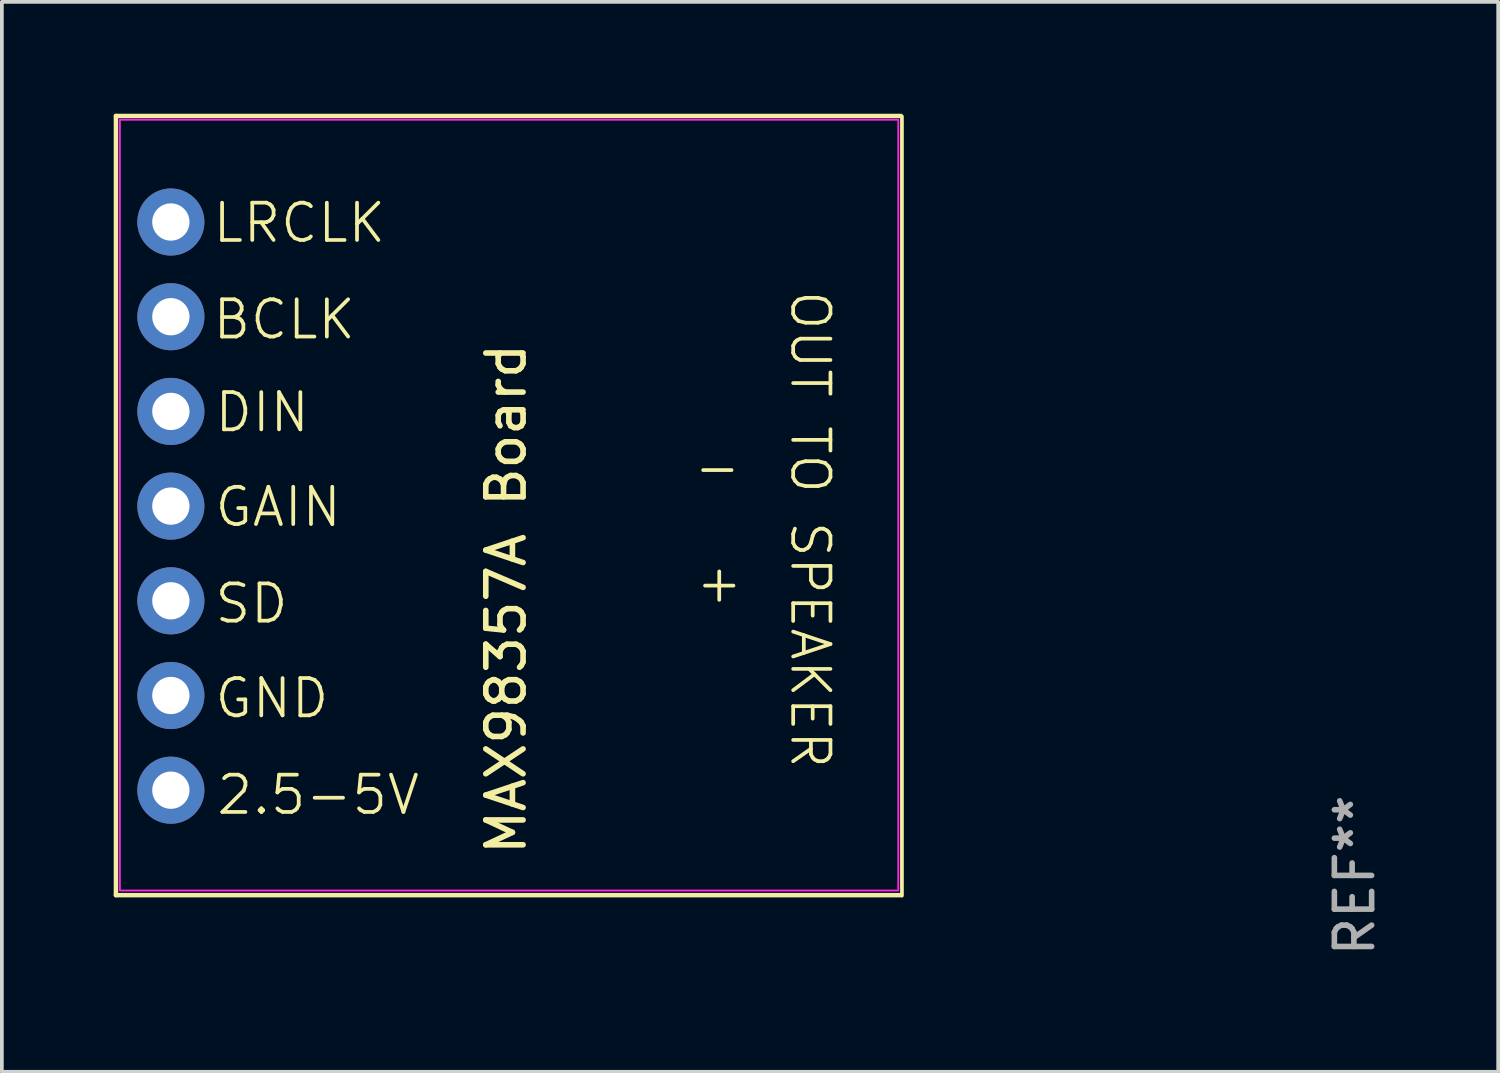
<source format=kicad_pcb>
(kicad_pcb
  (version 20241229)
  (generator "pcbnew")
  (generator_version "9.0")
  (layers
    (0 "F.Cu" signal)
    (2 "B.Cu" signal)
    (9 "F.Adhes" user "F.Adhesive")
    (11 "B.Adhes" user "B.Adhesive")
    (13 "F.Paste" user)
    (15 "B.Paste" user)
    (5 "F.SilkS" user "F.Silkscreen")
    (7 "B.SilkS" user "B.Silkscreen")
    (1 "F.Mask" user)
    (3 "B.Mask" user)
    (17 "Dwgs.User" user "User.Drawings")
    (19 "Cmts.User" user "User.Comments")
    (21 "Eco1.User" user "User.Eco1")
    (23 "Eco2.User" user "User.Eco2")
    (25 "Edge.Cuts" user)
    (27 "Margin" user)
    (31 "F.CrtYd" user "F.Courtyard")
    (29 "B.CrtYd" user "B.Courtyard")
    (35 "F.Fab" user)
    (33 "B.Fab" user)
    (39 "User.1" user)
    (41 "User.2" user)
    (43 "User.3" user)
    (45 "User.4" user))
  (footprint "MAX98357A Board"
    (layer "F.Cu")
    (at 10.528 8.645)
    (property "Reference" "MAX98357A Board" (at -0.003 4.369 90) (layer "F.SilkS") (effects (font (size 1 1) (thickness 0.15))))
    (attr through_hole)
    (fp_line (start -10.468 -8.585) (end -10.468 12.315) (stroke (width 0.12) (type solid)) (layer "F.SilkS"))
    (fp_line (start -10.468 12.315) (end 10.582 12.315) (stroke (width 0.12) (type solid)) (layer "F.SilkS"))
    (fp_line (start 10.582 -8.585) (end -10.468 -8.585) (stroke (width 0.12) (type solid)) (layer "F.SilkS"))
    (fp_line (start 10.614 12.328) (end 10.614 -8.572) (stroke (width 0.1) (type default)) (layer "F.SilkS"))
    (fp_rect (start -10.363 -8.484) (end 10.516 12.192) (stroke (width 0.05) (type default)) (fill no) (layer "F.CrtYd"))
    (fp_text user "GAIN" (at -7.874 2.489 0) (unlocked yes) (layer "F.SilkS") (effects (font (size 1 1) (thickness 0.1)) (justify left bottom)))
    (fp_text user "LRCLK" (at -7.925 -5.131 0) (unlocked yes) (layer "F.SilkS") (effects (font (size 1 1) (thickness 0.1)) (justify left bottom)))
    (fp_text user "DIN" (at -7.874 -0.051 0) (unlocked yes) (layer "F.SilkS") (effects (font (size 1 1) (thickness 0.1)) (justify left bottom)))
    (fp_text user "OUT TO SPEAKER" (at 7.569 -3.962 270) (unlocked yes) (layer "F.SilkS") (effects (font (size 1 1) (thickness 0.1)) (justify left bottom)))
    (fp_text user "SD" (at -7.874 5.08 0) (unlocked yes) (layer "F.SilkS") (effects (font (size 1 1) (thickness 0.1)) (justify left bottom)))
    (fp_text user "2.5-5V" (at -7.823 10.211 0) (unlocked yes) (layer "F.SilkS") (effects (font (size 1 1) (thickness 0.1)) (justify left bottom)))
    (fp_text user "-" (at 4.978 1.422 0) (unlocked yes) (layer "F.SilkS") (effects (font (size 1 1) (thickness 0.1)) (justify left bottom)))
    (fp_text user "+" (at 5.029 4.521 0) (unlocked yes) (layer "F.SilkS") (effects (font (size 1 1) (thickness 0.1)) (justify left bottom)))
    (fp_text user "BCLK" (at -7.925 -2.54 0) (unlocked yes) (layer "F.SilkS") (effects (font (size 1 1) (thickness 0.1)) (justify left bottom)))
    (fp_text user "GND" (at -7.874 7.62 0) (unlocked yes) (layer "F.SilkS") (effects (font (size 1 1) (thickness 0.1)) (justify left bottom)))
    (fp_text user "REF**" (at 22.758 11.786 90) (layer "F.Fab") (effects (font (size 1 1) (thickness 0.15))))
    (pad "1" thru_hole circle (at -8.995 -5.74) (size 1.8 1.8) (drill 1) (layers "*.Cu" "*.Mask"))
    (pad "2" thru_hole circle (at -8.995 -3.2) (size 1.8 1.8) (drill 1) (layers "*.Cu" "*.Mask"))
    (pad "3" thru_hole circle (at -8.995 -0.66) (size 1.8 1.8) (drill 1) (layers "*.Cu" "*.Mask"))
    (pad "4" thru_hole circle (at -8.995 1.88) (size 1.8 1.8) (drill 1) (layers "*.Cu" "*.Mask"))
    (pad "5" thru_hole circle (at -8.995 4.42) (size 1.8 1.8) (drill 1) (layers "*.Cu" "*.Mask"))
    (pad "6" thru_hole circle (at -8.995 6.96) (size 1.8 1.8) (drill 1) (layers "*.Cu" "*.Mask"))
    (pad "7" thru_hole circle (at -8.995 9.5) (size 1.8 1.8) (drill 1) (layers "*.Cu" "*.Mask")))
  (gr_rect
    (start -3 -3)
    (end 37.135 25.699)
    (stroke (width 0.1) (type default))
    (fill no)
    (layer "Edge.Cuts")))
</source>
